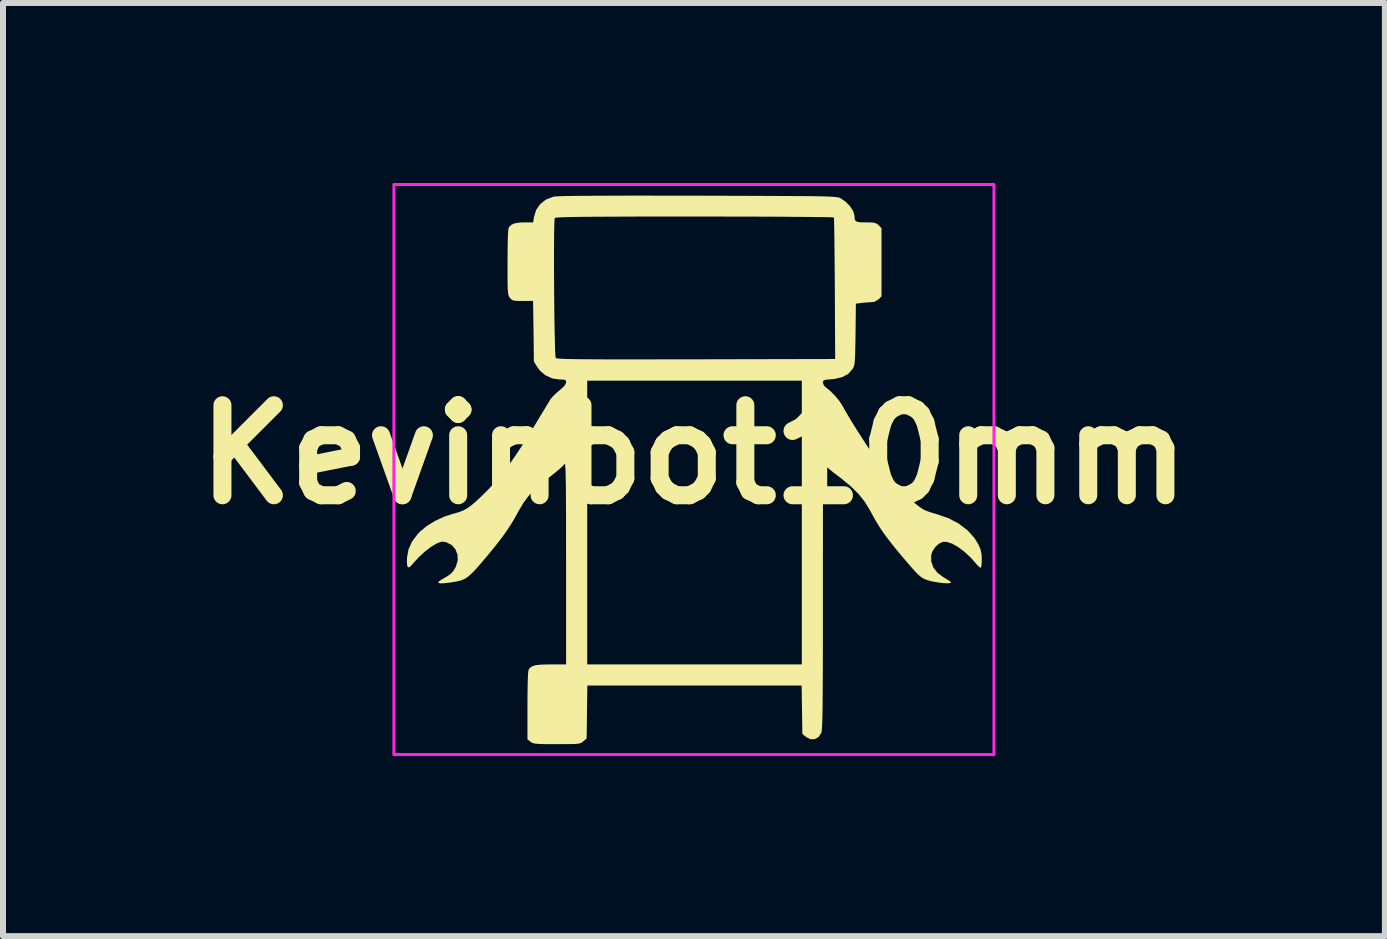
<source format=kicad_pcb>
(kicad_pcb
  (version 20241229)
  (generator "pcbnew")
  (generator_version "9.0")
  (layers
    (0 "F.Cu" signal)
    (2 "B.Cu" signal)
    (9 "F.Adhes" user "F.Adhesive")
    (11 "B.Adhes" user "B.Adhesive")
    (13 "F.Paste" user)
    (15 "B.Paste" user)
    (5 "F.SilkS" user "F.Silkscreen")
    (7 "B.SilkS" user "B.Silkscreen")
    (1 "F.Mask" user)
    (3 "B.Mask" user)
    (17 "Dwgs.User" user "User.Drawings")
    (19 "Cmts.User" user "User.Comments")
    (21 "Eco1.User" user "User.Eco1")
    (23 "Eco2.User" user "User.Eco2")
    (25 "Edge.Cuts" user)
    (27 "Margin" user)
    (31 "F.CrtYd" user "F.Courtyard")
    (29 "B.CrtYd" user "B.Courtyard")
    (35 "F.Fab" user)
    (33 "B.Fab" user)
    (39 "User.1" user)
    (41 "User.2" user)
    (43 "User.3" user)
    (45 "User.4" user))
  (footprint "Kevinbot10mm"
    (layer "F.Cu")
    (at 8.514 4.525)
    (property "Reference" "Kevinbot10mm" (at 0 0 0) (layer "F.SilkS") (effects (font (size 1.5 1.5) (thickness 0.3))))
    (attr board_only exclude_from_pos_files exclude_from_bom)
    (fp_poly (pts (xy -0.425 -4.314) (xy -0.032 -4.314) (xy 0.068 -4.314) (xy 0.417 -4.313) (xy 0.73 -4.312) (xy 1.007 -4.311) (xy 1.251 -4.31) (xy 1.466 -4.309) (xy 1.651 -4.308) (xy 1.811 -4.307) (xy 1.946 -4.306) (xy 2.059 -4.304) (xy 2.153 -4.302) (xy 2.229 -4.3) (xy 2.289 -4.297) (xy 2.336 -4.294) (xy 2.371 -4.29) (xy 2.397 -4.287) (xy 2.417 -4.282) (xy 2.431 -4.277) (xy 2.442 -4.272) (xy 2.53 -4.212) (xy 2.603 -4.137) (xy 2.654 -4.057) (xy 2.676 -3.98) (xy 2.677 -3.969) (xy 2.68 -3.922) (xy 2.694 -3.893) (xy 2.726 -3.877) (xy 2.783 -3.87) (xy 2.865 -3.869) (xy 2.948 -3.868) (xy 3.002 -3.863) (xy 3.038 -3.852) (xy 3.066 -3.833) (xy 3.078 -3.821) (xy 3.126 -3.773) (xy 3.126 -3.204) (xy 3.126 -2.636) (xy 3.078 -2.588) (xy 3.012 -2.547) (xy 2.966 -2.54) (xy 2.907 -2.537) (xy 2.833 -2.531) (xy 2.8 -2.527) (xy 2.699 -2.515) (xy 2.693 -2.005) (xy 2.691 -1.85) (xy 2.688 -1.729) (xy 2.686 -1.637) (xy 2.682 -1.569) (xy 2.677 -1.519) (xy 2.67 -1.484) (xy 2.661 -1.458) (xy 2.649 -1.435) (xy 2.644 -1.426) (xy 2.571 -1.344) (xy 2.469 -1.289) (xy 2.338 -1.259) (xy 2.292 -1.255) (xy 2.219 -1.249) (xy 2.176 -1.242) (xy 2.156 -1.23) (xy 2.15 -1.21) (xy 2.149 -1.2) (xy 2.164 -1.155) (xy 2.193 -1.124) (xy 2.272 -1.06) (xy 2.353 -0.978) (xy 2.424 -0.893) (xy 2.474 -0.815) (xy 2.476 -0.812) (xy 2.517 -0.737) (xy 2.576 -0.637) (xy 2.648 -0.518) (xy 2.73 -0.387) (xy 2.817 -0.252) (xy 2.904 -0.118) (xy 2.988 0.008) (xy 3.064 0.119) (xy 3.127 0.206) (xy 3.232 0.341) (xy 3.345 0.473) (xy 3.46 0.599) (xy 3.573 0.712) (xy 3.678 0.808) (xy 3.771 0.881) (xy 3.839 0.923) (xy 3.886 0.943) (xy 3.957 0.967) (xy 4.038 0.991) (xy 4.053 0.995) (xy 4.245 1.062) (xy 4.415 1.152) (xy 4.559 1.262) (xy 4.674 1.389) (xy 4.741 1.498) (xy 4.776 1.58) (xy 4.793 1.657) (xy 4.797 1.742) (xy 4.795 1.81) (xy 4.79 1.862) (xy 4.783 1.886) (xy 4.764 1.881) (xy 4.731 1.852) (xy 4.716 1.834) (xy 4.614 1.719) (xy 4.508 1.62) (xy 4.403 1.541) (xy 4.304 1.485) (xy 4.216 1.456) (xy 4.154 1.454) (xy 4.085 1.484) (xy 4.022 1.541) (xy 3.974 1.615) (xy 3.955 1.672) (xy 3.954 1.779) (xy 3.989 1.88) (xy 4.059 1.971) (xy 4.162 2.048) (xy 4.189 2.063) (xy 4.243 2.095) (xy 4.277 2.121) (xy 4.285 2.136) (xy 4.26 2.144) (xy 4.206 2.145) (xy 4.133 2.14) (xy 4.052 2.129) (xy 3.971 2.114) (xy 3.9 2.096) (xy 3.874 2.087) (xy 3.827 2.067) (xy 3.784 2.04) (xy 3.737 2) (xy 3.681 1.942) (xy 3.608 1.86) (xy 3.599 1.85) (xy 3.459 1.686) (xy 3.342 1.545) (xy 3.245 1.421) (xy 3.162 1.31) (xy 3.091 1.205) (xy 3.028 1.101) (xy 2.968 0.993) (xy 2.943 0.945) (xy 2.855 0.798) (xy 2.746 0.66) (xy 2.61 0.525) (xy 2.443 0.388) (xy 2.4 0.356) (xy 2.323 0.298) (xy 2.256 0.243) (xy 2.205 0.199) (xy 2.181 0.173) (xy 2.176 0.168) (xy 2.171 0.17) (xy 2.168 0.18) (xy 2.164 0.201) (xy 2.161 0.235) (xy 2.159 0.283) (xy 2.157 0.348) (xy 2.155 0.432) (xy 2.153 0.536) (xy 2.152 0.663) (xy 2.151 0.815) (xy 2.15 0.995) (xy 2.15 1.203) (xy 2.15 1.442) (xy 2.149 1.714) (xy 2.149 2.021) (xy 2.149 2.351) (xy 2.149 2.7) (xy 2.149 3.013) (xy 2.149 3.29) (xy 2.148 3.535) (xy 2.147 3.748) (xy 2.146 3.933) (xy 2.145 4.091) (xy 2.144 4.224) (xy 2.142 4.335) (xy 2.139 4.425) (xy 2.137 4.496) (xy 2.134 4.551) (xy 2.131 4.591) (xy 2.127 4.619) (xy 2.123 4.637) (xy 2.122 4.639) (xy 2.076 4.708) (xy 2.014 4.743) (xy 1.943 4.744) (xy 1.871 4.708) (xy 1.862 4.701) (xy 1.807 4.654) (xy 1.801 4.251) (xy 1.795 3.849) (xy 0.01 3.849) (xy -1.776 3.849) (xy -1.782 4.29) (xy -1.788 4.732) (xy -1.843 4.779) (xy -1.862 4.795) (xy -1.883 4.807) (xy -1.911 4.815) (xy -1.951 4.821) (xy -2.009 4.824) (xy -2.091 4.825) (xy -2.204 4.826) (xy -2.284 4.826) (xy -2.418 4.826) (xy -2.517 4.825) (xy -2.59 4.822) (xy -2.64 4.818) (xy -2.675 4.811) (xy -2.7 4.801) (xy -2.72 4.788) (xy -2.723 4.786) (xy -2.774 4.745) (xy -2.774 4.175) (xy -2.773 3.994) (xy -2.771 3.85) (xy -2.768 3.739) (xy -2.764 3.659) (xy -2.759 3.606) (xy -2.752 3.578) (xy -2.749 3.574) (xy -2.72 3.544) (xy -2.683 3.523) (xy -2.629 3.509) (xy -2.554 3.501) (xy -2.449 3.498) (xy -2.385 3.497) (xy -2.13 3.497) (xy -2.13 1.802) (xy -2.131 1.504) (xy -2.131 1.243) (xy -2.131 1.133) (xy -1.778 1.133) (xy -1.778 3.497) (xy 0.01 3.497) (xy 1.798 3.497) (xy 1.798 1.133) (xy 1.798 -1.231) (xy 0.01 -1.231) (xy -1.778 -1.231) (xy -1.778 1.133) (xy -2.131 1.133) (xy -2.131 1.016) (xy -2.132 0.821) (xy -2.133 0.657) (xy -2.134 0.52) (xy -2.136 0.409) (xy -2.138 0.321) (xy -2.14 0.254) (xy -2.143 0.207) (xy -2.146 0.175) (xy -2.15 0.159) (xy -2.154 0.154) (xy -2.159 0.159) (xy -2.159 0.159) (xy -2.185 0.19) (xy -2.236 0.237) (xy -2.305 0.296) (xy -2.386 0.36) (xy -2.411 0.379) (xy -2.551 0.489) (xy -2.664 0.591) (xy -2.758 0.693) (xy -2.839 0.803) (xy -2.916 0.931) (xy -2.944 0.983) (xy -3.016 1.11) (xy -3.097 1.238) (xy -3.192 1.373) (xy -3.305 1.519) (xy -3.44 1.684) (xy -3.537 1.798) (xy -3.626 1.901) (xy -3.699 1.977) (xy -3.761 2.033) (xy -3.82 2.072) (xy -3.884 2.098) (xy -3.958 2.116) (xy -4.051 2.131) (xy -4.065 2.133) (xy -4.167 2.145) (xy -4.232 2.146) (xy -4.26 2.136) (xy -4.251 2.115) (xy -4.205 2.083) (xy -4.182 2.07) (xy -4.101 2.023) (xy -4.046 1.982) (xy -4.007 1.938) (xy -3.973 1.88) (xy -3.965 1.863) (xy -3.936 1.764) (xy -3.94 1.667) (xy -3.974 1.58) (xy -4.035 1.509) (xy -4.12 1.464) (xy -4.123 1.463) (xy -4.169 1.452) (xy -4.209 1.453) (xy -4.257 1.47) (xy -4.307 1.493) (xy -4.39 1.544) (xy -4.485 1.618) (xy -4.582 1.708) (xy -4.672 1.805) (xy -4.697 1.835) (xy -4.736 1.875) (xy -4.763 1.88) (xy -4.779 1.851) (xy -4.783 1.785) (xy -4.781 1.719) (xy -4.757 1.583) (xy -4.701 1.456) (xy -4.61 1.333) (xy -4.56 1.28) (xy -4.449 1.189) (xy -4.312 1.105) (xy -4.161 1.035) (xy -4.008 0.985) (xy -4.005 0.985) (xy -3.918 0.96) (xy -3.845 0.932) (xy -3.776 0.895) (xy -3.705 0.843) (xy -3.624 0.773) (xy -3.534 0.689) (xy -3.416 0.571) (xy -3.304 0.448) (xy -3.194 0.317) (xy -3.083 0.173) (xy -2.969 0.01) (xy -2.847 -0.175) (xy -2.713 -0.387) (xy -2.605 -0.567) (xy -2.544 -0.668) (xy -2.487 -0.761) (xy -2.44 -0.84) (xy -2.405 -0.897) (xy -2.389 -0.924) (xy -2.356 -0.963) (xy -2.304 -1.015) (xy -2.242 -1.068) (xy -2.242 -1.068) (xy -2.174 -1.128) (xy -2.138 -1.174) (xy -2.13 -1.205) (xy -2.133 -1.231) (xy -2.149 -1.245) (xy -2.188 -1.25) (xy -2.235 -1.25) (xy -2.361 -1.269) (xy -2.475 -1.321) (xy -2.569 -1.402) (xy -2.608 -1.455) (xy -2.667 -1.55) (xy -2.673 -2.055) (xy -2.68 -2.56) (xy -2.853 -2.56) (xy -2.936 -2.56) (xy -2.99 -2.564) (xy -3.024 -2.573) (xy -3.048 -2.59) (xy -3.066 -2.611) (xy -3.078 -2.628) (xy -3.087 -2.647) (xy -3.094 -2.674) (xy -3.099 -2.713) (xy -3.103 -2.769) (xy -3.105 -2.846) (xy -3.106 -2.949) (xy -3.106 -3.083) (xy -3.106 -3.184) (xy -2.332 -3.184) (xy -2.331 -3.005) (xy -2.33 -2.82) (xy -2.329 -2.634) (xy -2.327 -2.451) (xy -2.325 -2.276) (xy -2.322 -2.112) (xy -2.319 -1.965) (xy -2.316 -1.837) (xy -2.313 -1.733) (xy -2.309 -1.658) (xy -2.305 -1.616) (xy -2.303 -1.609) (xy -2.294 -1.605) (xy -2.273 -1.601) (xy -2.238 -1.598) (xy -2.188 -1.595) (xy -2.12 -1.593) (xy -2.032 -1.591) (xy -1.923 -1.589) (xy -1.79 -1.588) (xy -1.632 -1.587) (xy -1.447 -1.586) (xy -1.232 -1.586) (xy -0.987 -1.586) (xy -0.708 -1.586) (xy -0.395 -1.587) (xy -0.045 -1.587) (xy 0.037 -1.587) (xy 2.354 -1.592) (xy 2.348 -2.764) (xy 2.347 -2.975) (xy 2.345 -3.174) (xy 2.343 -3.357) (xy 2.342 -3.523) (xy 2.34 -3.666) (xy 2.338 -3.784) (xy 2.336 -3.873) (xy 2.334 -3.93) (xy 2.332 -3.951) (xy 2.312 -3.953) (xy 2.255 -3.955) (xy 2.164 -3.957) (xy 2.04 -3.958) (xy 1.888 -3.96) (xy 1.708 -3.961) (xy 1.504 -3.963) (xy 1.278 -3.964) (xy 1.032 -3.965) (xy 0.769 -3.965) (xy 0.491 -3.966) (xy 0.2 -3.966) (xy 0.01 -3.966) (xy -0.353 -3.966) (xy -0.679 -3.966) (xy -0.969 -3.966) (xy -1.226 -3.965) (xy -1.45 -3.964) (xy -1.644 -3.963) (xy -1.809 -3.962) (xy -1.948 -3.96) (xy -2.062 -3.958) (xy -2.152 -3.956) (xy -2.222 -3.953) (xy -2.271 -3.95) (xy -2.302 -3.947) (xy -2.317 -3.943) (xy -2.319 -3.942) (xy -2.323 -3.917) (xy -2.326 -3.857) (xy -2.328 -3.767) (xy -2.33 -3.65) (xy -2.331 -3.511) (xy -2.332 -3.355) (xy -2.332 -3.184) (xy -3.106 -3.184) (xy -3.106 -3.212) (xy -3.105 -3.389) (xy -3.103 -3.53) (xy -3.1 -3.638) (xy -3.096 -3.716) (xy -3.09 -3.765) (xy -3.083 -3.791) (xy -3.082 -3.792) (xy -3.039 -3.831) (xy -2.98 -3.855) (xy -2.895 -3.867) (xy -2.826 -3.869) (xy -2.679 -3.869) (xy -2.666 -3.956) (xy -2.63 -4.075) (xy -2.562 -4.174) (xy -2.466 -4.249) (xy -2.347 -4.295) (xy -2.335 -4.298) (xy -2.301 -4.302) (xy -2.233 -4.305) (xy -2.131 -4.308) (xy -1.995 -4.31) (xy -1.824 -4.312) (xy -1.618 -4.313) (xy -1.375 -4.314) (xy -1.096 -4.315) (xy -0.779 -4.315)) (stroke (width 0) (type solid)) (fill yes) (layer "F.SilkS"))
    (fp_rect (start -5 -4.5) (end 5 5) (stroke (width 0.05) (type default)) (fill no) (layer "F.CrtYd")))
  (gr_rect
    (start -3 -3)
    (end 20.029 12.55)
    (stroke (width 0.1) (type default))
    (fill no)
    (layer "Edge.Cuts")))
</source>
